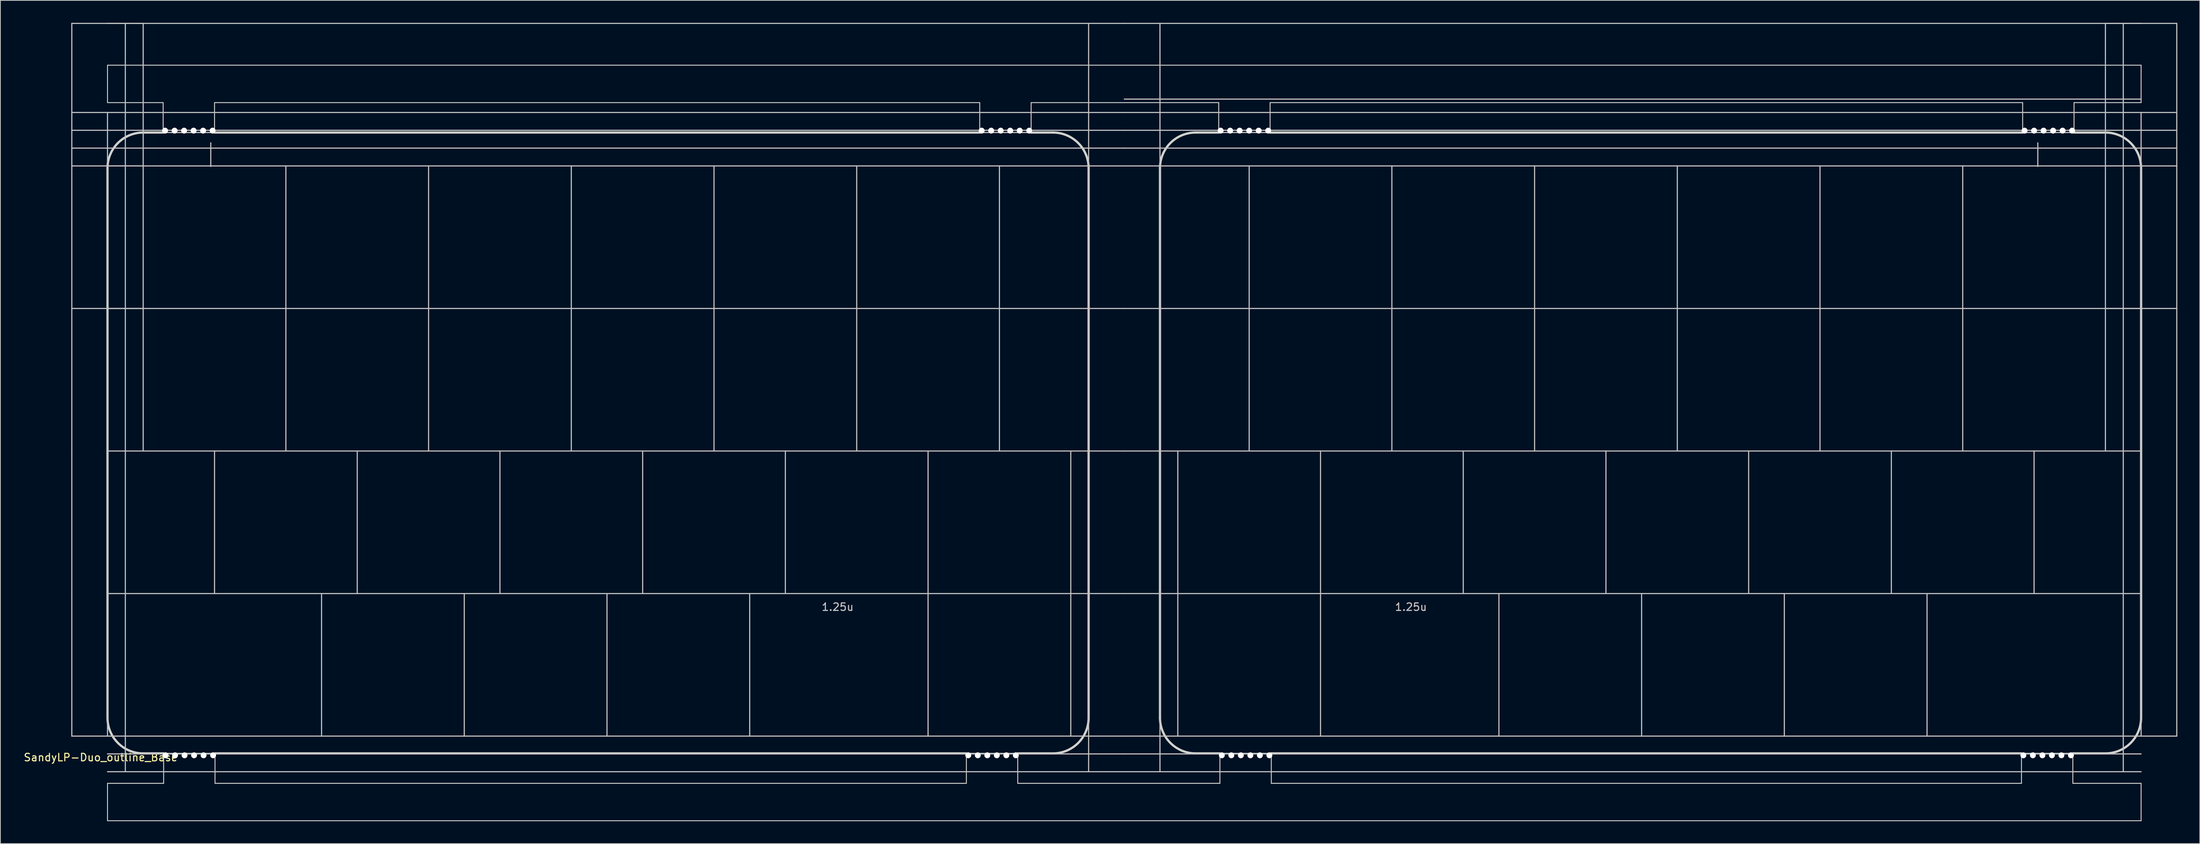
<source format=kicad_pcb>
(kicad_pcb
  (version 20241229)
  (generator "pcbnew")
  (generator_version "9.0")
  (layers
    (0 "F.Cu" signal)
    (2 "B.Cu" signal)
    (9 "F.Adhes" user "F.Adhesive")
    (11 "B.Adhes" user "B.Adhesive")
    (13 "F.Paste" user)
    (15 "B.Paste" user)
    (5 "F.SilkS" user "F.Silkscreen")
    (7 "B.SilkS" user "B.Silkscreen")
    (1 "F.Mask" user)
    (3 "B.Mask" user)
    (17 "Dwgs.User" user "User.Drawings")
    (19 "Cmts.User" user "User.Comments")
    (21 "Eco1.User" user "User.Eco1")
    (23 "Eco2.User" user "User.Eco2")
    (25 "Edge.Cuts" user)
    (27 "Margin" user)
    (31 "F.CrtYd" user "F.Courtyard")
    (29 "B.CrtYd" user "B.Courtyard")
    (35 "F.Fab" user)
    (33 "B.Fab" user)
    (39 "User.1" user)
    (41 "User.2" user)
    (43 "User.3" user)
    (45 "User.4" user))
  (footprint "SandyLP-Duo_outline_Base"
    (layer "F.Cu")
    (at 147.031 66.75)
    (property "Reference" "SandyLP-Duo_outline_Base" (at -136.644 31.425 0) (layer "F.SilkS") (effects (font (size 1 1) (thickness 0.15))))
    (attr through_hole)
    (fp_line (start -140.494 -66.675) (end -130.969 -66.675) (stroke (width 0.15) (type solid)) (layer "Dwgs.User"))
    (fp_line (start -140.494 -47.625) (end -140.494 -66.675) (stroke (width 0.15) (type solid)) (layer "Dwgs.User"))
    (fp_line (start -140.494 -47.625) (end -130.969 -47.625) (stroke (width 0.15) (type solid)) (layer "Dwgs.User"))
    (fp_line (start -140.494 -28.575) (end -140.494 -47.625) (stroke (width 0.15) (type solid)) (layer "Dwgs.User"))
    (fp_line (start -140.494 -28.575) (end -130.969 -28.575) (stroke (width 0.15) (type solid)) (layer "Dwgs.User"))
    (fp_line (start -140.494 -9.525) (end -140.494 -28.575) (stroke (width 0.15) (type solid)) (layer "Dwgs.User"))
    (fp_line (start -140.494 9.525) (end -140.494 -9.525) (stroke (width 0.15) (type solid)) (layer "Dwgs.User"))
    (fp_line (start -140.494 28.575) (end -140.494 9.525) (stroke (width 0.15) (type solid)) (layer "Dwgs.User"))
    (fp_line (start -135.731 28.575) (end -135.731 -54.769) (stroke (width 0.15) (type solid)) (layer "Dwgs.User"))
    (fp_line (start -133.35 33.337) (end -133.35 -66.675) (stroke (width 0.15) (type solid)) (layer "Dwgs.User"))
    (fp_line (start -130.969 -47.625) (end -130.969 -66.675) (stroke (width 0.15) (type solid)) (layer "Dwgs.User"))
    (fp_line (start -130.969 -28.575) (end -130.969 -47.625) (stroke (width 0.15) (type solid)) (layer "Dwgs.User"))
    (fp_line (start -130.969 -9.525) (end -130.969 -28.575) (stroke (width 0.15) (type solid)) (layer "Dwgs.User"))
    (fp_line (start -128.302 -52.088) (end -121.444 -52.088) (stroke (width 0.15) (type solid)) (layer "Dwgs.User"))
    (fp_line (start -121.944 -50.706) (end -121.944 -47.556) (stroke (width 0.15) (type solid)) (layer "Dwgs.User"))
    (fp_line (start -121.444 9.525) (end -121.444 -9.525) (stroke (width 0.15) (type solid)) (layer "Dwgs.User"))
    (fp_line (start -121.379 30.886) (end -128.238 30.886) (stroke (width 0.15) (type solid)) (layer "Dwgs.User"))
    (fp_line (start -111.919 -28.575) (end -111.919 -47.625) (stroke (width 0.15) (type solid)) (layer "Dwgs.User"))
    (fp_line (start -111.919 -9.525) (end -111.919 -28.575) (stroke (width 0.15) (type solid)) (layer "Dwgs.User"))
    (fp_line (start -107.156 28.575) (end -107.156 9.525) (stroke (width 0.15) (type solid)) (layer "Dwgs.User"))
    (fp_line (start -102.394 9.525) (end -102.394 -9.525) (stroke (width 0.15) (type solid)) (layer "Dwgs.User"))
    (fp_line (start -92.869 -28.575) (end -92.869 -47.625) (stroke (width 0.15) (type solid)) (layer "Dwgs.User"))
    (fp_line (start -92.869 -9.525) (end -92.869 -28.575) (stroke (width 0.15) (type solid)) (layer "Dwgs.User"))
    (fp_line (start -88.106 28.575) (end -88.106 9.525) (stroke (width 0.15) (type solid)) (layer "Dwgs.User"))
    (fp_line (start -83.344 9.525) (end -83.344 -9.525) (stroke (width 0.15) (type solid)) (layer "Dwgs.User"))
    (fp_line (start -73.819 -28.575) (end -73.819 -47.625) (stroke (width 0.15) (type solid)) (layer "Dwgs.User"))
    (fp_line (start -73.819 -9.525) (end -73.819 -28.575) (stroke (width 0.15) (type solid)) (layer "Dwgs.User"))
    (fp_line (start -69.056 28.575) (end -69.056 9.525) (stroke (width 0.15) (type solid)) (layer "Dwgs.User"))
    (fp_line (start -64.294 9.525) (end -64.294 -9.525) (stroke (width 0.15) (type solid)) (layer "Dwgs.User"))
    (fp_line (start -54.769 -28.575) (end -54.769 -47.625) (stroke (width 0.15) (type solid)) (layer "Dwgs.User"))
    (fp_line (start -54.769 -9.525) (end -54.769 -28.575) (stroke (width 0.15) (type solid)) (layer "Dwgs.User"))
    (fp_line (start -50.006 28.575) (end -50.006 9.525) (stroke (width 0.15) (type solid)) (layer "Dwgs.User"))
    (fp_line (start -45.244 9.525) (end -45.244 -9.525) (stroke (width 0.15) (type solid)) (layer "Dwgs.User"))
    (fp_line (start -35.719 -28.575) (end -35.719 -47.625) (stroke (width 0.15) (type solid)) (layer "Dwgs.User"))
    (fp_line (start -35.719 -9.525) (end -35.719 -28.575) (stroke (width 0.15) (type solid)) (layer "Dwgs.User"))
    (fp_line (start -26.194 9.525) (end -26.194 -9.525) (stroke (width 0.15) (type solid)) (layer "Dwgs.User"))
    (fp_line (start -26.194 28.575) (end -26.194 9.525) (stroke (width 0.15) (type solid)) (layer "Dwgs.User"))
    (fp_line (start -19.296 -52.088) (end -12.438 -52.088) (stroke (width 0.15) (type solid)) (layer "Dwgs.User"))
    (fp_line (start -16.669 -28.575) (end -16.669 -47.625) (stroke (width 0.15) (type solid)) (layer "Dwgs.User"))
    (fp_line (start -16.669 -9.525) (end -16.669 -28.575) (stroke (width 0.15) (type solid)) (layer "Dwgs.User"))
    (fp_line (start -14.223 30.886) (end -21.081 30.886) (stroke (width 0.15) (type solid)) (layer "Dwgs.User"))
    (fp_line (start -7.144 9.525) (end -7.144 -9.525) (stroke (width 0.15) (type solid)) (layer "Dwgs.User"))
    (fp_line (start -7.144 28.575) (end -7.144 9.525) (stroke (width 0.15) (type solid)) (layer "Dwgs.User"))
    (fp_line (start -4.763 33.337) (end -4.763 -66.675) (stroke (width 0.15) (type solid)) (layer "Dwgs.User"))
    (fp_line (start 0 -66.675) (end -135.731 -66.675) (stroke (width 0.15) (type solid)) (layer "Dwgs.User"))
    (fp_line (start 0 -66.675) (end 135.731 -66.675) (stroke (width 0.15) (type solid)) (layer "Dwgs.User"))
    (fp_line (start 0 -56.556) (end 135.731 -56.556) (stroke (width 0.15) (type solid)) (layer "Dwgs.User"))
    (fp_line (start 0 -54.769) (end -140.494 -54.769) (stroke (width 0.15) (type solid)) (layer "Dwgs.User"))
    (fp_line (start 0 -54.769) (end 140.494 -54.769) (stroke (width 0.15) (type solid)) (layer "Dwgs.User"))
    (fp_line (start 0 -52.388) (end -140.494 -52.388) (stroke (width 0.15) (type solid)) (layer "Dwgs.User"))
    (fp_line (start 0 -52.388) (end 140.494 -52.388) (stroke (width 0.15) (type solid)) (layer "Dwgs.User"))
    (fp_line (start 0 -50.006) (end -140.494 -50.006) (stroke (width 0.15) (type solid)) (layer "Dwgs.User"))
    (fp_line (start 0 -50.006) (end 140.494 -50.006) (stroke (width 0.15) (type solid)) (layer "Dwgs.User"))
    (fp_line (start 0 -47.625) (end -135.731 -47.625) (stroke (width 0.15) (type solid)) (layer "Dwgs.User"))
    (fp_line (start 0 -47.625) (end 135.731 -47.625) (stroke (width 0.15) (type solid)) (layer "Dwgs.User"))
    (fp_line (start 0 -28.575) (end -135.731 -28.575) (stroke (width 0.15) (type solid)) (layer "Dwgs.User"))
    (fp_line (start 0 -28.575) (end 135.731 -28.575) (stroke (width 0.15) (type solid)) (layer "Dwgs.User"))
    (fp_line (start 0 -9.525) (end -135.731 -9.525) (stroke (width 0.15) (type solid)) (layer "Dwgs.User"))
    (fp_line (start 0 -9.525) (end 135.731 -9.525) (stroke (width 0.15) (type solid)) (layer "Dwgs.User"))
    (fp_line (start 0 9.525) (end -135.731 9.525) (stroke (width 0.15) (type solid)) (layer "Dwgs.User"))
    (fp_line (start 0 9.525) (end 135.731 9.525) (stroke (width 0.15) (type solid)) (layer "Dwgs.User"))
    (fp_line (start 0 28.575) (end -140.494 28.575) (stroke (width 0.15) (type solid)) (layer "Dwgs.User"))
    (fp_line (start 0 28.575) (end 140.494 28.575) (stroke (width 0.15) (type solid)) (layer "Dwgs.User"))
    (fp_line (start 0 30.956) (end -135.731 30.956) (stroke (width 0.15) (type solid)) (layer "Dwgs.User"))
    (fp_line (start 0 30.956) (end 135.731 30.956) (stroke (width 0.15) (type solid)) (layer "Dwgs.User"))
    (fp_line (start 0 33.337) (end -135.731 33.337) (stroke (width 0.15) (type solid)) (layer "Dwgs.User"))
    (fp_line (start 0 33.337) (end 135.731 33.337) (stroke (width 0.15) (type solid)) (layer "Dwgs.User"))
    (fp_line (start 4.763 33.337) (end 4.763 -66.675) (stroke (width 0.15) (type solid)) (layer "Dwgs.User"))
    (fp_line (start 7.144 9.525) (end 7.144 -9.525) (stroke (width 0.15) (type solid)) (layer "Dwgs.User"))
    (fp_line (start 7.144 28.575) (end 7.144 9.525) (stroke (width 0.15) (type solid)) (layer "Dwgs.User"))
    (fp_line (start 12.605 -52.088) (end 19.463 -52.088) (stroke (width 0.15) (type solid)) (layer "Dwgs.User"))
    (fp_line (start 16.669 -28.575) (end 16.669 -47.625) (stroke (width 0.15) (type solid)) (layer "Dwgs.User"))
    (fp_line (start 16.669 -9.525) (end 16.669 -28.575) (stroke (width 0.15) (type solid)) (layer "Dwgs.User"))
    (fp_line (start 19.622 30.886) (end 12.764 30.886) (stroke (width 0.15) (type solid)) (layer "Dwgs.User"))
    (fp_line (start 26.194 9.525) (end 26.194 -9.525) (stroke (width 0.15) (type solid)) (layer "Dwgs.User"))
    (fp_line (start 26.194 28.575) (end 26.194 9.525) (stroke (width 0.15) (type solid)) (layer "Dwgs.User"))
    (fp_line (start 35.719 -28.575) (end 35.719 -47.625) (stroke (width 0.15) (type solid)) (layer "Dwgs.User"))
    (fp_line (start 35.719 -9.525) (end 35.719 -28.575) (stroke (width 0.15) (type solid)) (layer "Dwgs.User"))
    (fp_line (start 45.244 9.525) (end 45.244 -9.525) (stroke (width 0.15) (type solid)) (layer "Dwgs.User"))
    (fp_line (start 50.006 28.575) (end 50.006 9.525) (stroke (width 0.15) (type solid)) (layer "Dwgs.User"))
    (fp_line (start 54.769 -28.575) (end 54.769 -47.625) (stroke (width 0.15) (type solid)) (layer "Dwgs.User"))
    (fp_line (start 54.769 -9.525) (end 54.769 -28.575) (stroke (width 0.15) (type solid)) (layer "Dwgs.User"))
    (fp_line (start 64.294 9.525) (end 64.294 -9.525) (stroke (width 0.15) (type solid)) (layer "Dwgs.User"))
    (fp_line (start 69.056 28.575) (end 69.056 9.525) (stroke (width 0.15) (type solid)) (layer "Dwgs.User"))
    (fp_line (start 73.819 -28.575) (end 73.819 -47.625) (stroke (width 0.15) (type solid)) (layer "Dwgs.User"))
    (fp_line (start 73.819 -9.525) (end 73.819 -28.575) (stroke (width 0.15) (type solid)) (layer "Dwgs.User"))
    (fp_line (start 83.344 9.525) (end 83.344 -9.525) (stroke (width 0.15) (type solid)) (layer "Dwgs.User"))
    (fp_line (start 88.106 28.575) (end 88.106 9.525) (stroke (width 0.15) (type solid)) (layer "Dwgs.User"))
    (fp_line (start 92.869 -28.575) (end 92.869 -47.625) (stroke (width 0.15) (type solid)) (layer "Dwgs.User"))
    (fp_line (start 92.869 -9.525) (end 92.869 -28.575) (stroke (width 0.15) (type solid)) (layer "Dwgs.User"))
    (fp_line (start 102.394 9.525) (end 102.394 -9.525) (stroke (width 0.15) (type solid)) (layer "Dwgs.User"))
    (fp_line (start 107.156 28.575) (end 107.156 9.525) (stroke (width 0.15) (type solid)) (layer "Dwgs.User"))
    (fp_line (start 111.919 -28.575) (end 111.919 -47.625) (stroke (width 0.15) (type solid)) (layer "Dwgs.User"))
    (fp_line (start 111.919 -9.525) (end 111.919 -28.575) (stroke (width 0.15) (type solid)) (layer "Dwgs.User"))
    (fp_line (start 119.92 -52.088) (end 126.778 -52.088) (stroke (width 0.15) (type solid)) (layer "Dwgs.User"))
    (fp_line (start 121.444 9.525) (end 121.444 -9.525) (stroke (width 0.15) (type solid)) (layer "Dwgs.User"))
    (fp_line (start 121.944 -50.706) (end 121.944 -47.556) (stroke (width 0.15) (type solid)) (layer "Dwgs.User"))
    (fp_line (start 126.619 30.886) (end 119.761 30.886) (stroke (width 0.15) (type solid)) (layer "Dwgs.User"))
    (fp_line (start 130.969 -47.625) (end 130.969 -66.675) (stroke (width 0.15) (type solid)) (layer "Dwgs.User"))
    (fp_line (start 130.969 -28.575) (end 130.969 -47.625) (stroke (width 0.15) (type solid)) (layer "Dwgs.User"))
    (fp_line (start 130.969 -9.525) (end 130.969 -28.575) (stroke (width 0.15) (type solid)) (layer "Dwgs.User"))
    (fp_line (start 133.35 33.337) (end 133.35 -66.675) (stroke (width 0.15) (type solid)) (layer "Dwgs.User"))
    (fp_line (start 135.731 28.575) (end 135.731 -54.769) (stroke (width 0.15) (type solid)) (layer "Dwgs.User"))
    (fp_line (start 140.494 -66.675) (end 130.969 -66.675) (stroke (width 0.15) (type solid)) (layer "Dwgs.User"))
    (fp_line (start 140.494 -47.625) (end 130.969 -47.625) (stroke (width 0.15) (type solid)) (layer "Dwgs.User"))
    (fp_line (start 140.494 -47.625) (end 140.494 -66.675) (stroke (width 0.15) (type solid)) (layer "Dwgs.User"))
    (fp_line (start 140.494 -28.575) (end 130.969 -28.575) (stroke (width 0.15) (type solid)) (layer "Dwgs.User"))
    (fp_line (start 140.494 -28.575) (end 140.494 -47.625) (stroke (width 0.15) (type solid)) (layer "Dwgs.User"))
    (fp_line (start 140.494 -9.525) (end 140.494 -28.575) (stroke (width 0.15) (type solid)) (layer "Dwgs.User"))
    (fp_line (start 140.494 9.525) (end 140.494 -9.525) (stroke (width 0.15) (type solid)) (layer "Dwgs.User"))
    (fp_line (start 140.494 28.575) (end 140.494 9.525) (stroke (width 0.15) (type solid)) (layer "Dwgs.User"))
    (fp_line (start -135.731 -56.088) (end -135.731 -61.088) (stroke (width 0.12) (type default)) (layer "Edge.Cuts"))
    (fp_line (start -135.731 26.123) (end -135.731 -47.325) (stroke (width 0.3) (type solid)) (layer "Edge.Cuts"))
    (fp_line (start -135.731 34.886) (end -135.731 39.886) (stroke (width 0.12) (type default)) (layer "Edge.Cuts"))
    (fp_line (start -128.302 -56.088) (end -135.731 -56.088) (stroke (width 0.12) (type default)) (layer "Edge.Cuts"))
    (fp_line (start -128.302 -52.088) (end -130.969 -52.088) (stroke (width 0.3) (type solid)) (layer "Edge.Cuts"))
    (fp_line (start -128.302 -52.088) (end -128.302 -56.088) (stroke (width 0.12) (type default)) (layer "Edge.Cuts"))
    (fp_line (start -128.238 30.886) (end -130.969 30.886) (stroke (width 0.3) (type solid)) (layer "Edge.Cuts"))
    (fp_line (start -128.238 30.886) (end -128.238 34.886) (stroke (width 0.12) (type default)) (layer "Edge.Cuts"))
    (fp_line (start -128.238 34.886) (end -135.731 34.886) (stroke (width 0.12) (type default)) (layer "Edge.Cuts"))
    (fp_line (start -121.444 -52.088) (end -121.444 -56.088) (stroke (width 0.12) (type default)) (layer "Edge.Cuts"))
    (fp_line (start -121.379 30.886) (end -121.379 34.886) (stroke (width 0.12) (type default)) (layer "Edge.Cuts"))
    (fp_line (start -21.081 30.886) (end -121.379 30.886) (stroke (width 0.3) (type solid)) (layer "Edge.Cuts"))
    (fp_line (start -21.081 30.886) (end -21.081 34.886) (stroke (width 0.12) (type default)) (layer "Edge.Cuts"))
    (fp_line (start -21.081 34.886) (end -121.379 34.886) (stroke (width 0.12) (type default)) (layer "Edge.Cuts"))
    (fp_line (start -19.296 -56.088) (end -121.444 -56.088) (stroke (width 0.12) (type default)) (layer "Edge.Cuts"))
    (fp_line (start -19.296 -52.088) (end -121.444 -52.088) (stroke (width 0.3) (type solid)) (layer "Edge.Cuts"))
    (fp_line (start -19.296 -52.088) (end -19.296 -56.088) (stroke (width 0.12) (type default)) (layer "Edge.Cuts"))
    (fp_line (start -14.223 30.886) (end -14.223 34.886) (stroke (width 0.12) (type default)) (layer "Edge.Cuts"))
    (fp_line (start -14.223 34.886) (end 12.764 34.886) (stroke (width 0.12) (type default)) (layer "Edge.Cuts"))
    (fp_line (start -12.438 -56.088) (end 12.605 -56.088) (stroke (width 0.12) (type default)) (layer "Edge.Cuts"))
    (fp_line (start -12.438 -52.088) (end -12.438 -56.088) (stroke (width 0.12) (type default)) (layer "Edge.Cuts"))
    (fp_line (start -9.525 -52.088) (end -12.438 -52.088) (stroke (width 0.3) (type solid)) (layer "Edge.Cuts"))
    (fp_line (start -9.525 30.886) (end -14.223 30.886) (stroke (width 0.3) (type solid)) (layer "Edge.Cuts"))
    (fp_line (start -4.763 26.123) (end -4.763 -47.325) (stroke (width 0.3) (type solid)) (layer "Edge.Cuts"))
    (fp_line (start 4.763 26.123) (end 4.763 -47.325) (stroke (width 0.3) (type solid)) (layer "Edge.Cuts"))
    (fp_line (start 9.525 -52.088) (end 12.605 -52.088) (stroke (width 0.3) (type solid)) (layer "Edge.Cuts"))
    (fp_line (start 9.525 30.886) (end 12.764 30.886) (stroke (width 0.3) (type solid)) (layer "Edge.Cuts"))
    (fp_line (start 12.605 -52.088) (end 12.605 -56.088) (stroke (width 0.12) (type default)) (layer "Edge.Cuts"))
    (fp_line (start 12.764 30.886) (end 12.764 34.886) (stroke (width 0.12) (type default)) (layer "Edge.Cuts"))
    (fp_line (start 19.463 -56.088) (end 119.92 -56.088) (stroke (width 0.12) (type default)) (layer "Edge.Cuts"))
    (fp_line (start 19.463 -52.088) (end 19.463 -56.088) (stroke (width 0.12) (type default)) (layer "Edge.Cuts"))
    (fp_line (start 19.463 -52.088) (end 119.92 -52.088) (stroke (width 0.3) (type solid)) (layer "Edge.Cuts"))
    (fp_line (start 19.622 30.886) (end 19.622 34.886) (stroke (width 0.12) (type default)) (layer "Edge.Cuts"))
    (fp_line (start 19.622 30.886) (end 119.761 30.886) (stroke (width 0.3) (type solid)) (layer "Edge.Cuts"))
    (fp_line (start 19.622 34.886) (end 119.761 34.886) (stroke (width 0.12) (type default)) (layer "Edge.Cuts"))
    (fp_line (start 119.761 30.886) (end 119.761 34.886) (stroke (width 0.12) (type default)) (layer "Edge.Cuts"))
    (fp_line (start 119.92 -52.088) (end 119.92 -56.088) (stroke (width 0.12) (type default)) (layer "Edge.Cuts"))
    (fp_line (start 126.619 30.886) (end 126.619 34.886) (stroke (width 0.12) (type default)) (layer "Edge.Cuts"))
    (fp_line (start 126.619 30.886) (end 130.969 30.886) (stroke (width 0.3) (type solid)) (layer "Edge.Cuts"))
    (fp_line (start 126.619 34.886) (end 135.731 34.886) (stroke (width 0.12) (type default)) (layer "Edge.Cuts"))
    (fp_line (start 126.778 -56.088) (end 135.731 -56.088) (stroke (width 0.12) (type default)) (layer "Edge.Cuts"))
    (fp_line (start 126.778 -52.088) (end 126.778 -56.088) (stroke (width 0.12) (type default)) (layer "Edge.Cuts"))
    (fp_line (start 126.778 -52.088) (end 130.969 -52.088) (stroke (width 0.3) (type solid)) (layer "Edge.Cuts"))
    (fp_line (start 135.731 -61.088) (end -135.731 -61.088) (stroke (width 0.12) (type default)) (layer "Edge.Cuts"))
    (fp_line (start 135.731 -56.088) (end 135.731 -61.088) (stroke (width 0.12) (type default)) (layer "Edge.Cuts"))
    (fp_line (start 135.731 26.123) (end 135.731 -47.325) (stroke (width 0.3) (type solid)) (layer "Edge.Cuts"))
    (fp_line (start 135.731 34.886) (end 135.731 39.886) (stroke (width 0.12) (type default)) (layer "Edge.Cuts"))
    (fp_line (start 135.731 39.886) (end -135.731 39.886) (stroke (width 0.12) (type default)) (layer "Edge.Cuts"))
    (fp_arc (start -135.731364 -47.32504) (mid -134.33646 -50.692636) (end -130.968864 -52.08754) (stroke (width 0.3) (type default)) (layer "Edge.Cuts"))
    (fp_arc (start -130.968864 30.885971) (mid -134.33646 29.491067) (end -135.731364 26.123471) (stroke (width 0.3) (type default)) (layer "Edge.Cuts"))
    (fp_arc (start -9.525004 -52.08754) (mid -6.15741 -50.692634) (end -4.762504 -47.32504) (stroke (width 0.3) (type default)) (layer "Edge.Cuts"))
    (fp_arc (start -4.762504 26.123471) (mid -6.157413 29.491062) (end -9.525004 30.885971) (stroke (width 0.3) (type default)) (layer "Edge.Cuts"))
    (fp_arc (start 4.762504 -47.32504) (mid 6.15741 -50.692634) (end 9.525004 -52.08754) (stroke (width 0.3) (type default)) (layer "Edge.Cuts"))
    (fp_arc (start 9.525004 30.885971) (mid 6.157411 29.491063) (end 4.762504 26.123471) (stroke (width 0.3) (type default)) (layer "Edge.Cuts"))
    (fp_arc (start 130.968864 -52.08754) (mid 134.336442 -50.692621) (end 135.731364 -47.32504) (stroke (width 0.3) (type default)) (layer "Edge.Cuts"))
    (fp_arc (start 135.731364 26.123471) (mid 134.336454 29.491048) (end 130.968864 30.885971) (stroke (width 0.3) (type default)) (layer "Edge.Cuts"))
    (fp_text user "1.25u" (at 40.481 11.906 0) (unlocked yes) (layer "Dwgs.User") (effects (font (size 1 1) (thickness 0.15)) (justify right bottom)))
    (fp_text user "1.25u" (at -40.481 11.906 0) (unlocked yes) (layer "Dwgs.User") (effects (font (size 1 1) (thickness 0.15)) (justify left bottom)))
    (pad "" np_thru_hole circle (at -128.048 -52.342) (size 0.787 0.787) (drill 0.787) (layers "*.Cu" "*.Mask"))
    (pad "" np_thru_hole circle (at -127.984 31.14 180) (size 0.787 0.787) (drill 0.787) (layers "*.Cu" "*.Mask"))
    (pad "" np_thru_hole circle (at -126.778 -52.342) (size 0.787 0.787) (drill 0.787) (layers "*.Cu" "*.Mask"))
    (pad "" np_thru_hole circle (at -126.713 31.14 180) (size 0.787 0.787) (drill 0.787) (layers "*.Cu" "*.Mask"))
    (pad "" np_thru_hole circle (at -125.508 -52.342) (size 0.787 0.787) (drill 0.787) (layers "*.Cu" "*.Mask"))
    (pad "" np_thru_hole circle (at -125.444 31.14 180) (size 0.787 0.787) (drill 0.787) (layers "*.Cu" "*.Mask"))
    (pad "" np_thru_hole circle (at -124.238 -52.342) (size 0.787 0.787) (drill 0.787) (layers "*.Cu" "*.Mask"))
    (pad "" np_thru_hole circle (at -124.174 31.14 180) (size 0.787 0.787) (drill 0.787) (layers "*.Cu" "*.Mask"))
    (pad "" np_thru_hole circle (at -122.968 -52.342) (size 0.787 0.787) (drill 0.787) (layers "*.Cu" "*.Mask"))
    (pad "" np_thru_hole circle (at -122.903 31.14 180) (size 0.787 0.787) (drill 0.787) (layers "*.Cu" "*.Mask"))
    (pad "" np_thru_hole circle (at -121.698 -52.342) (size 0.787 0.787) (drill 0.787) (layers "*.Cu" "*.Mask"))
    (pad "" np_thru_hole circle (at -121.633 31.14 180) (size 0.787 0.787) (drill 0.787) (layers "*.Cu" "*.Mask"))
    (pad "" np_thru_hole circle (at -20.827 31.14 180) (size 0.787 0.787) (drill 0.787) (layers "*.Cu" "*.Mask"))
    (pad "" np_thru_hole circle (at -19.557 31.14 180) (size 0.787 0.787) (drill 0.787) (layers "*.Cu" "*.Mask"))
    (pad "" np_thru_hole circle (at -19.041 -52.342) (size 0.787 0.787) (drill 0.787) (layers "*.Cu" "*.Mask"))
    (pad "" np_thru_hole circle (at -18.287 31.14 180) (size 0.787 0.787) (drill 0.787) (layers "*.Cu" "*.Mask"))
    (pad "" np_thru_hole circle (at -17.771 -52.342) (size 0.787 0.787) (drill 0.787) (layers "*.Cu" "*.Mask"))
    (pad "" np_thru_hole circle (at -17.017 31.14 180) (size 0.787 0.787) (drill 0.787) (layers "*.Cu" "*.Mask"))
    (pad "" np_thru_hole circle (at -16.502 -52.342) (size 0.787 0.787) (drill 0.787) (layers "*.Cu" "*.Mask"))
    (pad "" np_thru_hole circle (at -15.747 31.14 180) (size 0.787 0.787) (drill 0.787) (layers "*.Cu" "*.Mask"))
    (pad "" np_thru_hole circle (at -15.232 -52.342) (size 0.787 0.787) (drill 0.787) (layers "*.Cu" "*.Mask"))
    (pad "" np_thru_hole circle (at -14.477 31.14 180) (size 0.787 0.787) (drill 0.787) (layers "*.Cu" "*.Mask"))
    (pad "" np_thru_hole circle (at -13.961 -52.342) (size 0.787 0.787) (drill 0.787) (layers "*.Cu" "*.Mask"))
    (pad "" np_thru_hole circle (at -12.691 -52.342) (size 0.787 0.787) (drill 0.787) (layers "*.Cu" "*.Mask"))
    (pad "" np_thru_hole circle (at 12.859 -52.342) (size 0.787 0.787) (drill 0.787) (layers "*.Cu" "*.Mask"))
    (pad "" np_thru_hole circle (at 13.018 31.14 180) (size 0.787 0.787) (drill 0.787) (layers "*.Cu" "*.Mask"))
    (pad "" np_thru_hole circle (at 14.129 -52.342) (size 0.787 0.787) (drill 0.787) (layers "*.Cu" "*.Mask"))
    (pad "" np_thru_hole circle (at 14.287 31.14 180) (size 0.787 0.787) (drill 0.787) (layers "*.Cu" "*.Mask"))
    (pad "" np_thru_hole circle (at 15.399 -52.342) (size 0.787 0.787) (drill 0.787) (layers "*.Cu" "*.Mask"))
    (pad "" np_thru_hole circle (at 15.557 31.14 180) (size 0.787 0.787) (drill 0.787) (layers "*.Cu" "*.Mask"))
    (pad "" np_thru_hole circle (at 16.669 -52.342) (size 0.787 0.787) (drill 0.787) (layers "*.Cu" "*.Mask"))
    (pad "" np_thru_hole circle (at 16.828 31.14 180) (size 0.787 0.787) (drill 0.787) (layers "*.Cu" "*.Mask"))
    (pad "" np_thru_hole circle (at 17.939 -52.342) (size 0.787 0.787) (drill 0.787) (layers "*.Cu" "*.Mask"))
    (pad "" np_thru_hole circle (at 18.098 31.14 180) (size 0.787 0.787) (drill 0.787) (layers "*.Cu" "*.Mask"))
    (pad "" np_thru_hole circle (at 19.209 -52.342) (size 0.787 0.787) (drill 0.787) (layers "*.Cu" "*.Mask"))
    (pad "" np_thru_hole circle (at 19.367 31.14 180) (size 0.787 0.787) (drill 0.787) (layers "*.Cu" "*.Mask"))
    (pad "" np_thru_hole circle (at 120.015 31.14 180) (size 0.787 0.787) (drill 0.787) (layers "*.Cu" "*.Mask"))
    (pad "" np_thru_hole circle (at 120.174 -52.342) (size 0.787 0.787) (drill 0.787) (layers "*.Cu" "*.Mask"))
    (pad "" np_thru_hole circle (at 121.285 31.14 180) (size 0.787 0.787) (drill 0.787) (layers "*.Cu" "*.Mask"))
    (pad "" np_thru_hole circle (at 121.444 -52.342) (size 0.787 0.787) (drill 0.787) (layers "*.Cu" "*.Mask"))
    (pad "" np_thru_hole circle (at 122.555 31.14 180) (size 0.787 0.787) (drill 0.787) (layers "*.Cu" "*.Mask"))
    (pad "" np_thru_hole circle (at 122.714 -52.342) (size 0.787 0.787) (drill 0.787) (layers "*.Cu" "*.Mask"))
    (pad "" np_thru_hole circle (at 123.825 31.14 180) (size 0.787 0.787) (drill 0.787) (layers "*.Cu" "*.Mask"))
    (pad "" np_thru_hole circle (at 123.984 -52.342) (size 0.787 0.787) (drill 0.787) (layers "*.Cu" "*.Mask"))
    (pad "" np_thru_hole circle (at 125.095 31.14 180) (size 0.787 0.787) (drill 0.787) (layers "*.Cu" "*.Mask"))
    (pad "" np_thru_hole circle (at 125.254 -52.342) (size 0.787 0.787) (drill 0.787) (layers "*.Cu" "*.Mask"))
    (pad "" np_thru_hole circle (at 126.365 31.14 180) (size 0.787 0.787) (drill 0.787) (layers "*.Cu" "*.Mask"))
    (pad "" np_thru_hole circle (at 126.524 -52.342) (size 0.787 0.787) (drill 0.787) (layers "*.Cu" "*.Mask")))
  (gr_rect
    (start -3 -3)
    (end 290.599 109.696)
    (stroke (width 0.1) (type default))
    (fill no)
    (layer "Edge.Cuts")))
</source>
